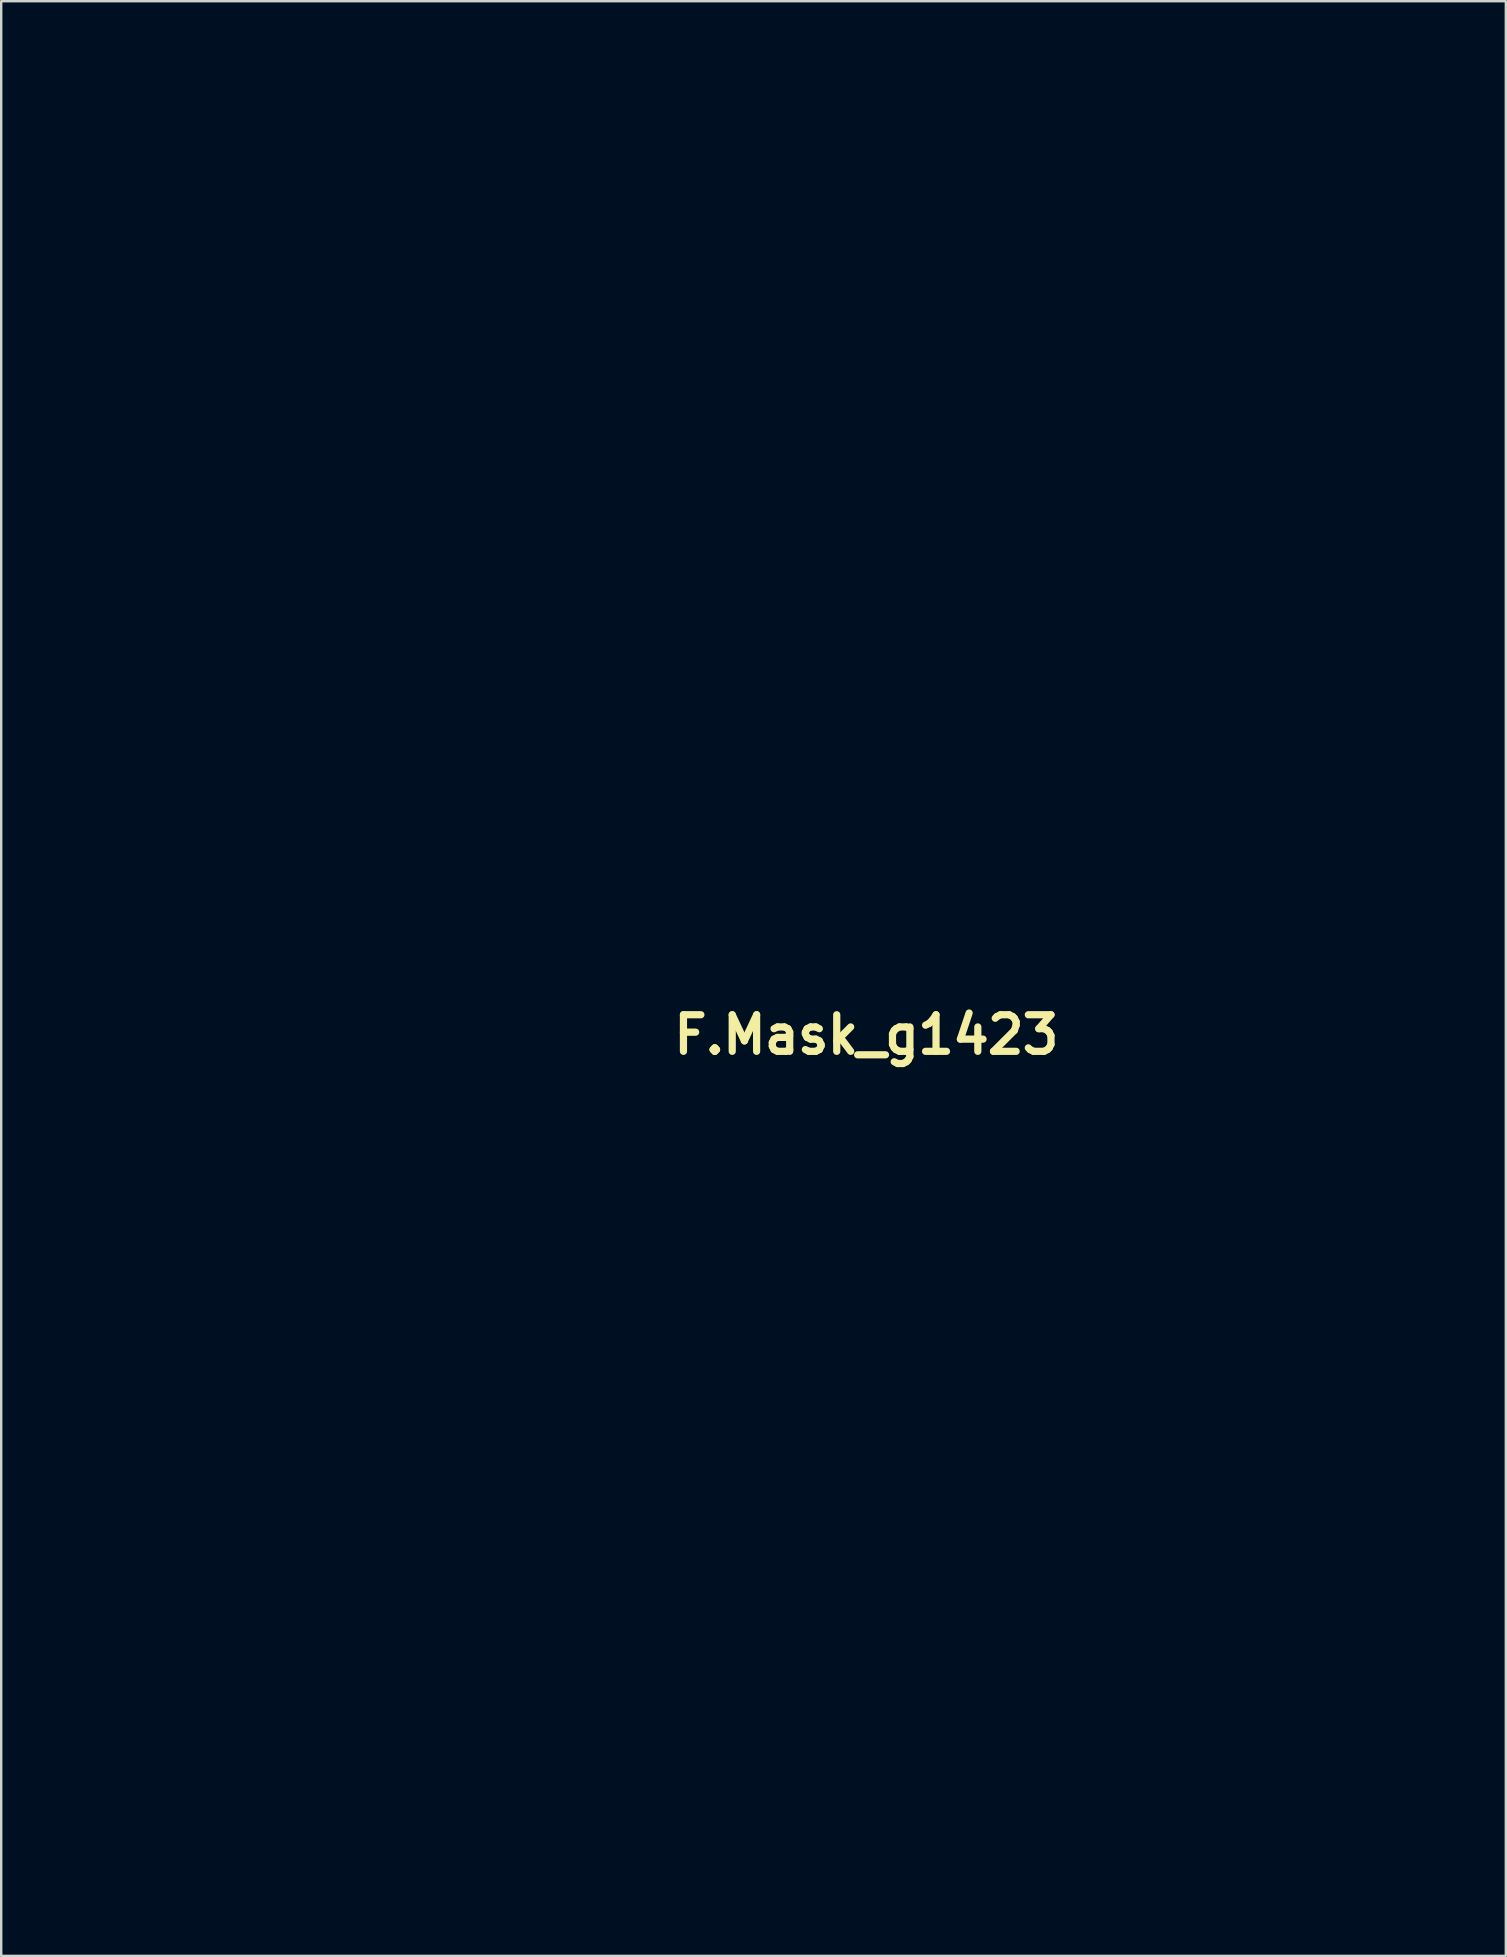
<source format=kicad_pcb>
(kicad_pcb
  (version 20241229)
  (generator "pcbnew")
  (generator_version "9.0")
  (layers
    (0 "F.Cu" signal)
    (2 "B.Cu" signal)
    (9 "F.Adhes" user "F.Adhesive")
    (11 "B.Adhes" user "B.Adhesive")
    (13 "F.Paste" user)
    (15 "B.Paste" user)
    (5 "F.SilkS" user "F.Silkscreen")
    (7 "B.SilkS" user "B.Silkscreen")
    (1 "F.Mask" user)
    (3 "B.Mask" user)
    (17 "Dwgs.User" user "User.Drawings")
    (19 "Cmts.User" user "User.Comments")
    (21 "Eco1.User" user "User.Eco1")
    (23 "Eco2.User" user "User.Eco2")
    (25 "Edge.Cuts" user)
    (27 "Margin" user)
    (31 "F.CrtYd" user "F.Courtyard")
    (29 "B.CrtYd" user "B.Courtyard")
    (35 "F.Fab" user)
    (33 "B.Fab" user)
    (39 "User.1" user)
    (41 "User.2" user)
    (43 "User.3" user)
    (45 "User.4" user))
  (footprint "F.Mask_g1423"
    (layer "F.Cu")
    (at 33.046 40.064)
    (property "Reference" "F.Mask_g1423" (at 0 0 0) (layer "F.SilkS") (effects (font (size 1.524 1.524) (thickness 0.3))))
    (attr through_hole)
    (fp_poly (pts (xy -20.15 -21.694) (xy -19.703 -21.688) (xy -19.275 -21.678) (xy -18.879 -21.665) (xy -18.527 -21.649) (xy -18.232 -21.63) (xy -18.112 -21.619) (xy -17.757 -21.581) (xy -17.47 -21.544) (xy -17.237 -21.503) (xy -17.042 -21.455) (xy -16.869 -21.398) (xy -16.704 -21.326) (xy -16.63 -21.29) (xy -16.36 -21.118) (xy -16.122 -20.896) (xy -15.931 -20.644) (xy -15.802 -20.377) (xy -15.764 -20.241) (xy -15.737 -20.108) (xy -16.007 -20.233) (xy -16.182 -20.309) (xy -16.355 -20.371) (xy -16.54 -20.421) (xy -16.754 -20.463) (xy -17.012 -20.5) (xy -17.328 -20.536) (xy -17.579 -20.56) (xy -17.944 -20.587) (xy -18.366 -20.609) (xy -18.831 -20.625) (xy -19.323 -20.635) (xy -19.826 -20.638) (xy -20.326 -20.636) (xy -20.806 -20.628) (xy -21.253 -20.614) (xy -21.65 -20.594) (xy -21.981 -20.569) (xy -22.056 -20.561) (xy -23.068 -20.424) (xy -24.016 -20.245) (xy -24.908 -20.021) (xy -25.755 -19.749) (xy -26.566 -19.425) (xy -27.353 -19.045) (xy -28.124 -18.608) (xy -28.258 -18.525) (xy -28.64 -18.279) (xy -28.957 -18.055) (xy -29.219 -17.842) (xy -29.438 -17.629) (xy -29.625 -17.404) (xy -29.793 -17.155) (xy -29.951 -16.871) (xy -30.016 -16.743) (xy -30.073 -16.629) (xy -30.124 -16.528) (xy -30.169 -16.435) (xy -30.209 -16.345) (xy -30.245 -16.252) (xy -30.275 -16.152) (xy -30.301 -16.04) (xy -30.323 -15.91) (xy -30.341 -15.758) (xy -30.356 -15.579) (xy -30.368 -15.367) (xy -30.377 -15.118) (xy -30.383 -14.827) (xy -30.388 -14.489) (xy -30.39 -14.098) (xy -30.391 -13.65) (xy -30.391 -13.139) (xy -30.389 -12.561) (xy -30.387 -11.911) (xy -30.385 -11.184) (xy -30.384 -10.813) (xy -30.37 -5.99) (xy -30.254 -5.503) (xy -30.121 -5.002) (xy -29.958 -4.49) (xy -29.776 -3.999) (xy -29.59 -3.567) (xy -29.51 -3.395) (xy -29.447 -3.255) (xy -29.408 -3.163) (xy -29.399 -3.133) (xy -29.432 -3.161) (xy -29.503 -3.234) (xy -29.559 -3.295) (xy -29.811 -3.614) (xy -30.061 -4.003) (xy -30.302 -4.449) (xy -30.528 -4.936) (xy -30.733 -5.451) (xy -30.913 -5.98) (xy -31.059 -6.509) (xy -31.168 -7.023) (xy -31.198 -7.218) (xy -31.207 -7.309) (xy -31.214 -7.458) (xy -31.22 -7.667) (xy -31.225 -7.94) (xy -31.23 -8.278) (xy -31.233 -8.684) (xy -31.235 -9.16) (xy -31.236 -9.711) (xy -31.237 -10.336) (xy -31.236 -11.041) (xy -31.234 -11.826) (xy -31.234 -12.192) (xy -31.221 -16.828) (xy -31.071 -17.251) (xy -30.916 -17.641) (xy -30.741 -17.988) (xy -30.535 -18.304) (xy -30.291 -18.598) (xy -29.997 -18.88) (xy -29.647 -19.161) (xy -29.229 -19.451) (xy -28.953 -19.627) (xy -28.254 -20.034) (xy -27.545 -20.392) (xy -26.816 -20.702) (xy -26.057 -20.968) (xy -25.258 -21.195) (xy -24.407 -21.384) (xy -23.495 -21.539) (xy -22.712 -21.642) (xy -22.496 -21.66) (xy -22.209 -21.675) (xy -21.863 -21.686) (xy -21.471 -21.693) (xy -21.047 -21.697) (xy -20.602 -21.697) (xy -20.15 -21.694)) (stroke (width 0.01) (type solid)) (fill yes) (layer "F.Mask"))
    (fp_poly (pts (xy -28.497 12.549) (xy -28.266 12.604) (xy -27.988 12.709) (xy -27.67 12.862) (xy -27.321 13.057) (xy -26.948 13.291) (xy -26.557 13.561) (xy -26.247 13.793) (xy -25.756 14.188) (xy -25.231 14.641) (xy -24.684 15.141) (xy -24.126 15.675) (xy -23.571 16.231) (xy -23.029 16.798) (xy -22.514 17.362) (xy -22.037 17.912) (xy -21.711 18.309) (xy -21.356 18.769) (xy -21.045 19.203) (xy -20.781 19.606) (xy -20.567 19.974) (xy -20.406 20.301) (xy -20.298 20.584) (xy -20.249 20.817) (xy -20.253 20.97) (xy -20.271 21.017) (xy -20.316 21.085) (xy -20.392 21.179) (xy -20.503 21.305) (xy -20.655 21.467) (xy -20.851 21.671) (xy -21.097 21.921) (xy -21.398 22.223) (xy -21.539 22.364) (xy -21.847 22.671) (xy -22.101 22.924) (xy -22.308 23.127) (xy -22.473 23.287) (xy -22.602 23.408) (xy -22.702 23.495) (xy -22.778 23.555) (xy -22.837 23.592) (xy -22.885 23.612) (xy -22.927 23.62) (xy -22.967 23.621) (xy -23.096 23.606) (xy -23.264 23.568) (xy -23.417 23.521) (xy -23.765 23.373) (xy -24.159 23.159) (xy -24.594 22.883) (xy -25.067 22.548) (xy -25.572 22.157) (xy -26.107 21.713) (xy -26.667 21.219) (xy -27.248 20.679) (xy -27.596 20.342) (xy -28.241 19.695) (xy -28.82 19.083) (xy -29.34 18.498) (xy -29.808 17.931) (xy -30.232 17.376) (xy -30.605 16.841) (xy -30.868 16.428) (xy -31.069 16.067) (xy -31.21 15.753) (xy -31.294 15.484) (xy -31.308 15.395) (xy -31.095 15.395) (xy -31.066 15.54) (xy -30.996 15.733) (xy -30.883 15.986) (xy -30.878 15.997) (xy -30.661 16.406) (xy -30.38 16.854) (xy -30.043 17.335) (xy -29.656 17.841) (xy -29.227 18.365) (xy -28.761 18.9) (xy -28.266 19.438) (xy -27.749 19.972) (xy -27.217 20.495) (xy -26.677 21) (xy -26.134 21.479) (xy -25.598 21.925) (xy -25.073 22.331) (xy -24.568 22.69) (xy -24.469 22.756) (xy -24.042 23.025) (xy -23.673 23.232) (xy -23.362 23.378) (xy -23.108 23.462) (xy -22.911 23.484) (xy -22.902 23.484) (xy -22.8 23.467) (xy -22.755 23.422) (xy -22.74 23.351) (xy -22.753 23.172) (xy -22.824 22.94) (xy -22.948 22.661) (xy -23.122 22.34) (xy -23.342 21.983) (xy -23.603 21.594) (xy -23.903 21.179) (xy -24.237 20.744) (xy -24.6 20.294) (xy -24.99 19.834) (xy -25.402 19.37) (xy -25.832 18.907) (xy -26.276 18.451) (xy -26.485 18.244) (xy -26.973 17.779) (xy -27.461 17.337) (xy -27.945 16.924) (xy -28.417 16.542) (xy -28.873 16.197) (xy -29.305 15.894) (xy -29.708 15.635) (xy -30.076 15.426) (xy -30.402 15.271) (xy -30.682 15.175) (xy -30.758 15.157) (xy -30.887 15.137) (xy -30.964 15.142) (xy -31.019 15.18) (xy -31.042 15.205) (xy -31.087 15.287) (xy -31.095 15.395) (xy -31.308 15.395) (xy -31.318 15.332) (xy -31.338 15.106) (xy -30.074 13.84) (xy -29.749 13.515) (xy -29.477 13.246) (xy -29.254 13.029) (xy -29.075 12.859) (xy -28.934 12.731) (xy -28.827 12.64) (xy -28.748 12.583) (xy -28.693 12.553) (xy -28.675 12.548) (xy -28.497 12.549)) (stroke (width 0.01) (type solid)) (fill yes) (layer "F.Mask"))
    (fp_poly (pts (xy 0.983 -21.694) (xy 1.409 -21.691) (xy 1.777 -21.684) (xy 2.102 -21.673) (xy 2.396 -21.657) (xy 2.675 -21.634) (xy 2.952 -21.605) (xy 3.24 -21.567) (xy 3.552 -21.521) (xy 3.804 -21.482) (xy 4.769 -21.299) (xy 5.677 -21.067) (xy 6.541 -20.781) (xy 7.377 -20.434) (xy 8.198 -20.021) (xy 9.02 -19.536) (xy 9.367 -19.311) (xy 9.805 -18.994) (xy 10.169 -18.671) (xy 10.469 -18.328) (xy 10.714 -17.955) (xy 10.915 -17.538) (xy 11.012 -17.281) (xy 11.155 -16.87) (xy 11.155 -7.176) (xy 11.036 -6.675) (xy 10.882 -6.106) (xy 10.696 -5.541) (xy 10.485 -4.995) (xy 10.255 -4.489) (xy 10.013 -4.038) (xy 9.871 -3.81) (xy 9.767 -3.66) (xy 9.654 -3.508) (xy 9.542 -3.367) (xy 9.442 -3.248) (xy 9.364 -3.167) (xy 9.321 -3.135) (xy 9.315 -3.141) (xy 9.334 -3.193) (xy 9.382 -3.286) (xy 9.397 -3.312) (xy 9.483 -3.477) (xy 9.585 -3.703) (xy 9.695 -3.97) (xy 9.806 -4.259) (xy 9.909 -4.548) (xy 9.996 -4.818) (xy 10.018 -4.889) (xy 10.064 -5.051) (xy 10.106 -5.197) (xy 10.143 -5.333) (xy 10.176 -5.465) (xy 10.205 -5.598) (xy 10.23 -5.737) (xy 10.251 -5.888) (xy 10.269 -6.056) (xy 10.284 -6.246) (xy 10.297 -6.465) (xy 10.306 -6.717) (xy 10.314 -7.007) (xy 10.32 -7.341) (xy 10.324 -7.725) (xy 10.327 -8.164) (xy 10.328 -8.662) (xy 10.329 -9.227) (xy 10.329 -9.862) (xy 10.329 -10.573) (xy 10.329 -11.004) (xy 10.329 -11.755) (xy 10.33 -12.426) (xy 10.33 -13.023) (xy 10.329 -13.55) (xy 10.327 -14.014) (xy 10.324 -14.418) (xy 10.319 -14.768) (xy 10.313 -15.069) (xy 10.303 -15.327) (xy 10.292 -15.546) (xy 10.277 -15.731) (xy 10.259 -15.888) (xy 10.237 -16.022) (xy 10.212 -16.138) (xy 10.182 -16.24) (xy 10.147 -16.335) (xy 10.107 -16.426) (xy 10.062 -16.52) (xy 10.011 -16.621) (xy 9.954 -16.735) (xy 9.95 -16.743) (xy 9.682 -17.218) (xy 9.383 -17.616) (xy 9.055 -17.934) (xy 8.994 -17.982) (xy 8.595 -18.265) (xy 8.135 -18.557) (xy 7.632 -18.848) (xy 7.108 -19.126) (xy 6.581 -19.382) (xy 6.074 -19.604) (xy 5.701 -19.747) (xy 4.871 -20.012) (xy 3.974 -20.237) (xy 3.019 -20.42) (xy 2.014 -20.558) (xy 1.99 -20.561) (xy 1.677 -20.588) (xy 1.296 -20.61) (xy 0.861 -20.625) (xy 0.387 -20.635) (xy -0.11 -20.638) (xy -0.615 -20.636) (xy -1.113 -20.628) (xy -1.589 -20.614) (xy -2.026 -20.593) (xy -2.411 -20.567) (xy -2.498 -20.56) (xy -2.87 -20.523) (xy -3.173 -20.487) (xy -3.419 -20.448) (xy -3.624 -20.402) (xy -3.801 -20.349) (xy -3.964 -20.283) (xy -4.077 -20.229) (xy -4.33 -20.101) (xy -4.302 -20.241) (xy -4.203 -20.533) (xy -4.03 -20.809) (xy -3.794 -21.055) (xy -3.626 -21.182) (xy -3.451 -21.284) (xy -3.253 -21.374) (xy -3.024 -21.45) (xy -2.76 -21.514) (xy -2.454 -21.568) (xy -2.099 -21.61) (xy -1.69 -21.644) (xy -1.221 -21.668) (xy -0.684 -21.684) (xy -0.074 -21.693) (xy 0.487 -21.695) (xy 0.983 -21.694)) (stroke (width 0.01) (type solid)) (fill yes) (layer "F.Mask"))
    (fp_poly (pts (xy -9.816 25.113) (xy -9.319 25.12) (xy -8.831 25.129) (xy -8.365 25.142) (xy -7.936 25.158) (xy -7.559 25.177) (xy -7.248 25.199) (xy -7.176 25.206) (xy -6.404 25.288) (xy -5.701 25.382) (xy -5.07 25.486) (xy -4.513 25.6) (xy -4.031 25.724) (xy -3.626 25.858) (xy -3.301 26) (xy -3.056 26.15) (xy -2.926 26.268) (xy -2.794 26.419) (xy -2.794 28.545) (xy -2.794 29.042) (xy -2.794 29.462) (xy -2.796 29.811) (xy -2.8 30.097) (xy -2.807 30.328) (xy -2.82 30.51) (xy -2.838 30.651) (xy -2.863 30.758) (xy -2.897 30.838) (xy -2.939 30.898) (xy -2.992 30.946) (xy -3.056 30.988) (xy -3.133 31.033) (xy -3.18 31.061) (xy -3.475 31.208) (xy -3.849 31.346) (xy -4.293 31.473) (xy -4.802 31.589) (xy -5.369 31.694) (xy -5.987 31.786) (xy -6.65 31.865) (xy -7.351 31.929) (xy -8.084 31.979) (xy -8.842 32.013) (xy -9.618 32.032) (xy -10.407 32.033) (xy -11.2 32.016) (xy -11.581 32.002) (xy -12.298 31.962) (xy -12.988 31.908) (xy -13.646 31.84) (xy -14.265 31.759) (xy -14.84 31.667) (xy -15.367 31.565) (xy -15.839 31.453) (xy -16.251 31.333) (xy -16.599 31.207) (xy -16.876 31.074) (xy -17.077 30.936) (xy -17.165 30.846) (xy -17.272 30.705) (xy -17.272 30.562) (xy -17.053 30.562) (xy -17.027 30.681) (xy -16.923 30.8) (xy -16.719 30.936) (xy -16.435 31.065) (xy -16.078 31.188) (xy -15.651 31.304) (xy -15.161 31.411) (xy -14.613 31.509) (xy -14.011 31.597) (xy -13.362 31.673) (xy -12.67 31.737) (xy -11.941 31.787) (xy -11.578 31.807) (xy -11.32 31.816) (xy -10.996 31.822) (xy -10.624 31.825) (xy -10.221 31.826) (xy -9.806 31.825) (xy -9.397 31.82) (xy -9.013 31.814) (xy -8.671 31.805) (xy -8.39 31.794) (xy -8.34 31.792) (xy -7.593 31.742) (xy -6.879 31.677) (xy -6.205 31.597) (xy -5.576 31.505) (xy -4.998 31.401) (xy -4.478 31.286) (xy -4.022 31.162) (xy -3.635 31.029) (xy -3.324 30.888) (xy -3.201 30.817) (xy -3.065 30.708) (xy -3.008 30.6) (xy -3.031 30.492) (xy -3.136 30.379) (xy -3.323 30.258) (xy -3.408 30.214) (xy -3.775 30.059) (xy -4.218 29.918) (xy -4.729 29.793) (xy -5.299 29.683) (xy -5.923 29.588) (xy -6.59 29.508) (xy -7.295 29.444) (xy -8.028 29.396) (xy -8.783 29.363) (xy -9.551 29.346) (xy -10.325 29.344) (xy -11.097 29.359) (xy -11.859 29.389) (xy -12.603 29.436) (xy -13.323 29.498) (xy -14.009 29.577) (xy -14.654 29.672) (xy -15.251 29.783) (xy -15.792 29.911) (xy -16.268 30.055) (xy -16.34 30.08) (xy -16.643 30.203) (xy -16.862 30.324) (xy -16.999 30.443) (xy -17.053 30.562) (xy -17.272 30.562) (xy -17.272 26.401) (xy -17.087 26.225) (xy -16.88 26.07) (xy -16.592 25.923) (xy -16.227 25.785) (xy -15.788 25.657) (xy -15.279 25.54) (xy -14.704 25.433) (xy -14.066 25.339) (xy -13.369 25.258) (xy -12.616 25.19) (xy -11.917 25.142) (xy -11.596 25.128) (xy -11.211 25.118) (xy -10.776 25.112) (xy -10.307 25.111) (xy -9.816 25.113)) (stroke (width 0.01) (type solid)) (fill yes) (layer "F.Mask"))
    (fp_poly (pts (xy -18.385 -24.043) (xy -16.946 -23.943) (xy -16.87 -23.936) (xy -16.376 -23.882) (xy -15.955 -23.816) (xy -15.596 -23.732) (xy -15.288 -23.628) (xy -15.018 -23.498) (xy -14.776 -23.34) (xy -14.551 -23.149) (xy -14.496 -23.095) (xy -14.319 -22.903) (xy -14.174 -22.713) (xy -14.084 -22.564) (xy -14.038 -22.465) (xy -13.997 -22.375) (xy -13.963 -22.285) (xy -13.934 -22.189) (xy -13.911 -22.08) (xy -13.891 -21.951) (xy -13.876 -21.796) (xy -13.865 -21.607) (xy -13.856 -21.377) (xy -13.85 -21.1) (xy -13.846 -20.77) (xy -13.844 -20.378) (xy -13.844 -19.918) (xy -13.843 -19.384) (xy -13.843 -19.115) (xy -13.844 -18.449) (xy -13.847 -17.86) (xy -13.852 -17.34) (xy -13.861 -16.881) (xy -13.873 -16.475) (xy -13.889 -16.114) (xy -13.91 -15.791) (xy -13.937 -15.497) (xy -13.97 -15.225) (xy -14.009 -14.967) (xy -14.055 -14.715) (xy -14.109 -14.461) (xy -14.172 -14.197) (xy -14.227 -13.981) (xy -14.27 -13.816) (xy -14.312 -13.666) (xy -14.356 -13.525) (xy -14.405 -13.387) (xy -14.464 -13.247) (xy -14.535 -13.1) (xy -14.622 -12.94) (xy -14.728 -12.761) (xy -14.856 -12.558) (xy -15.01 -12.326) (xy -15.194 -12.058) (xy -15.41 -11.75) (xy -15.662 -11.397) (xy -15.954 -10.991) (xy -16.289 -10.528) (xy -16.67 -10.003) (xy -16.694 -9.97) (xy -17.365 -9.049) (xy -18.016 -8.168) (xy -18.644 -7.328) (xy -19.247 -6.531) (xy -19.823 -5.781) (xy -20.372 -5.078) (xy -20.89 -4.426) (xy -21.375 -3.827) (xy -21.827 -3.284) (xy -22.242 -2.798) (xy -22.62 -2.373) (xy -22.957 -2.01) (xy -23.253 -1.712) (xy -23.504 -1.481) (xy -23.601 -1.401) (xy -23.784 -1.266) (xy -24.024 -1.103) (xy -24.302 -0.923) (xy -24.601 -0.738) (xy -24.901 -0.559) (xy -25.185 -0.397) (xy -25.434 -0.264) (xy -25.548 -0.207) (xy -25.836 -0.08) (xy -26.12 0.023) (xy -26.415 0.105) (xy -26.735 0.168) (xy -27.093 0.215) (xy -27.502 0.248) (xy -27.977 0.27) (xy -28.173 0.275) (xy -28.501 0.282) (xy -28.759 0.281) (xy -28.96 0.273) (xy -29.118 0.258) (xy -29.239 0.236) (xy -29.664 0.098) (xy -30.072 -0.118) (xy -30.464 -0.413) (xy -30.841 -0.787) (xy -31.203 -1.242) (xy -31.552 -1.779) (xy -31.859 -2.338) (xy -32.253 -3.197) (xy -32.582 -4.095) (xy -32.849 -5.042) (xy -32.921 -5.355) (xy -33.041 -5.905) (xy -33.041 -14.701) (xy -31.746 -14.701) (xy -31.746 -14.171) (xy -31.745 -13.573) (xy -31.743 -12.901) (xy -31.742 -12.152) (xy -31.741 -11.832) (xy -31.729 -6.752) (xy -31.629 -6.308) (xy -31.423 -5.512) (xy -31.171 -4.752) (xy -30.878 -4.039) (xy -30.547 -3.386) (xy -30.282 -2.947) (xy -30.17 -2.794) (xy -30.017 -2.608) (xy -29.845 -2.414) (xy -29.698 -2.26) (xy -29.499 -2.069) (xy -29.332 -1.927) (xy -29.176 -1.82) (xy -29.01 -1.729) (xy -28.996 -1.723) (xy -28.819 -1.642) (xy -28.655 -1.58) (xy -28.491 -1.536) (xy -28.312 -1.508) (xy -28.105 -1.494) (xy -27.856 -1.493) (xy -27.551 -1.503) (xy -27.178 -1.523) (xy -26.769 -1.552) (xy -26.416 -1.593) (xy -26.102 -1.65) (xy -25.808 -1.729) (xy -25.517 -1.837) (xy -25.212 -1.977) (xy -24.873 -2.158) (xy -24.49 -2.38) (xy -24.247 -2.525) (xy -24.054 -2.644) (xy -23.896 -2.75) (xy -23.755 -2.857) (xy -23.616 -2.976) (xy -23.461 -3.121) (xy -23.273 -3.306) (xy -23.132 -3.446) (xy -22.8 -3.792) (xy -22.425 -4.206) (xy -22.01 -4.685) (xy -21.557 -5.225) (xy -21.069 -5.824) (xy -20.549 -6.478) (xy -19.999 -7.183) (xy -19.422 -7.937) (xy -18.821 -8.736) (xy -18.198 -9.576) (xy -17.57 -10.435) (xy -17.227 -10.908) (xy -16.931 -11.319) (xy -16.676 -11.674) (xy -16.461 -11.981) (xy -16.279 -12.246) (xy -16.128 -12.475) (xy -16.004 -12.674) (xy -15.903 -12.851) (xy -15.82 -13.011) (xy -15.753 -13.162) (xy -15.696 -13.31) (xy -15.647 -13.46) (xy -15.601 -13.621) (xy -15.558 -13.783) (xy -15.479 -14.106) (xy -15.412 -14.431) (xy -15.355 -14.767) (xy -15.309 -15.122) (xy -15.271 -15.506) (xy -15.243 -15.927) (xy -15.222 -16.393) (xy -15.209 -16.913) (xy -15.203 -17.495) (xy -15.203 -18.149) (xy -15.205 -18.563) (xy -15.209 -19.015) (xy -15.213 -19.391) (xy -15.217 -19.699) (xy -15.221 -19.947) (xy -15.227 -20.144) (xy -15.235 -20.299) (xy -15.244 -20.418) (xy -15.256 -20.511) (xy -15.271 -20.587) (xy -15.289 -20.653) (xy -15.31 -20.718) (xy -15.317 -20.736) (xy -15.488 -21.108) (xy -15.716 -21.423) (xy -16.006 -21.683) (xy -16.36 -21.891) (xy -16.769 -22.048) (xy -16.912 -22.083) (xy -17.117 -22.121) (xy -17.359 -22.157) (xy -17.616 -22.189) (xy -17.722 -22.201) (xy -19.074 -22.305) (xy -20.371 -22.347) (xy -21.614 -22.325) (xy -22.805 -22.241) (xy -23.945 -22.092) (xy -25.035 -21.879) (xy -26.078 -21.602) (xy -27.073 -21.261) (xy -28.024 -20.855) (xy -28.931 -20.384) (xy -29.168 -20.246) (xy -29.643 -19.953) (xy -30.047 -19.681) (xy -30.388 -19.42) (xy -30.674 -19.162) (xy -30.915 -18.9) (xy -31.117 -18.623) (xy -31.289 -18.325) (xy -31.441 -17.995) (xy -31.492 -17.865) (xy -31.53 -17.766) (xy -31.565 -17.677) (xy -31.595 -17.593) (xy -31.622 -17.508) (xy -31.646 -17.418) (xy -31.667 -17.318) (xy -31.684 -17.203) (xy -31.699 -17.069) (xy -31.712 -16.91) (xy -31.722 -16.721) (xy -31.73 -16.498) (xy -31.737 -16.236) (xy -31.741 -15.931) (xy -31.744 -15.576) (xy -31.746 -15.168) (xy -31.746 -14.701) (xy -33.041 -14.701) (xy -33.041 -17.928) (xy -32.924 -18.309) (xy -32.802 -18.651) (xy -32.644 -19.02) (xy -32.463 -19.384) (xy -32.276 -19.714) (xy -32.172 -19.873) (xy -31.984 -20.121) (xy -31.763 -20.363) (xy -31.503 -20.604) (xy -31.196 -20.851) (xy -30.833 -21.11) (xy -30.408 -21.387) (xy -29.912 -21.688) (xy -29.871 -21.712) (xy -28.931 -22.223) (xy -27.949 -22.671) (xy -26.925 -23.057) (xy -25.855 -23.381) (xy -24.738 -23.644) (xy -23.573 -23.845) (xy -22.357 -23.985) (xy -21.088 -24.065) (xy -19.764 -24.084) (xy -18.385 -24.043)) (stroke (width 0.01) (type solid)) (fill yes) (layer "F.Mask"))
    (fp_poly (pts (xy 1.195 -24.063) (xy 2.311 -23.999) (xy 2.985 -23.936) (xy 4.157 -23.772) (xy 5.3 -23.543) (xy 6.405 -23.251) (xy 7.466 -22.897) (xy 8.475 -22.483) (xy 9.018 -22.224) (xy 9.419 -22.015) (xy 9.826 -21.788) (xy 10.228 -21.551) (xy 10.614 -21.31) (xy 10.972 -21.073) (xy 11.293 -20.847) (xy 11.564 -20.639) (xy 11.774 -20.456) (xy 11.85 -20.38) (xy 12.213 -19.938) (xy 12.529 -19.444) (xy 12.79 -18.913) (xy 12.987 -18.365) (xy 13.113 -17.818) (xy 13.122 -17.758) (xy 13.129 -17.677) (xy 13.136 -17.543) (xy 13.142 -17.354) (xy 13.147 -17.107) (xy 13.151 -16.799) (xy 13.154 -16.428) (xy 13.157 -15.991) (xy 13.159 -15.486) (xy 13.16 -14.909) (xy 13.16 -14.259) (xy 13.16 -13.532) (xy 13.158 -12.727) (xy 13.157 -11.84) (xy 13.156 -11.684) (xy 13.142 -5.948) (xy 13.009 -5.355) (xy 12.792 -4.505) (xy 12.532 -3.693) (xy 12.233 -2.929) (xy 11.898 -2.223) (xy 11.532 -1.586) (xy 11.45 -1.46) (xy 11.28 -1.226) (xy 11.072 -0.975) (xy 10.842 -0.724) (xy 10.605 -0.489) (xy 10.376 -0.284) (xy 10.172 -0.126) (xy 10.082 -0.069) (xy 9.867 0.049) (xy 9.674 0.137) (xy 9.484 0.199) (xy 9.277 0.239) (xy 9.032 0.264) (xy 8.73 0.276) (xy 8.594 0.278) (xy 8.313 0.28) (xy 8.019 0.276) (xy 7.74 0.269) (xy 7.506 0.258) (xy 7.438 0.254) (xy 6.95 0.205) (xy 6.526 0.136) (xy 6.148 0.042) (xy 5.795 -0.081) (xy 5.455 -0.236) (xy 5.274 -0.336) (xy 5.042 -0.476) (xy 4.776 -0.646) (xy 4.492 -0.836) (xy 4.205 -1.032) (xy 3.932 -1.226) (xy 3.689 -1.405) (xy 3.493 -1.559) (xy 3.402 -1.637) (xy 3.151 -1.874) (xy 2.857 -2.177) (xy 2.522 -2.542) (xy 2.149 -2.965) (xy 1.743 -3.441) (xy 1.305 -3.967) (xy 0.841 -4.538) (xy 0.353 -5.151) (xy -0.155 -5.801) (xy -0.512 -6.265) (xy -0.873 -6.74) (xy -1.248 -7.237) (xy -1.632 -7.75) (xy -2.02 -8.273) (xy -2.408 -8.8) (xy -2.792 -9.325) (xy -3.166 -9.84) (xy -3.526 -10.34) (xy -3.868 -10.817) (xy -4.186 -11.266) (xy -4.477 -11.681) (xy -4.735 -12.054) (xy -4.957 -12.38) (xy -5.136 -12.652) (xy -5.27 -12.864) (xy -5.28 -12.881) (xy -5.434 -13.186) (xy -5.577 -13.57) (xy -5.708 -14.026) (xy -5.825 -14.55) (xy -5.927 -15.135) (xy -6.001 -15.68) (xy -6.016 -15.848) (xy -6.029 -16.085) (xy -6.041 -16.381) (xy -6.052 -16.728) (xy -6.061 -17.117) (xy -6.068 -17.54) (xy -6.074 -17.988) (xy -6.074 -18.067) (xy -4.785 -18.067) (xy -4.785 -17.646) (xy -4.783 -17.231) (xy -4.779 -16.832) (xy -4.774 -16.459) (xy -4.766 -16.123) (xy -4.756 -15.834) (xy -4.745 -15.602) (xy -4.74 -15.536) (xy -4.675 -14.865) (xy -4.588 -14.271) (xy -4.479 -13.753) (xy -4.346 -13.307) (xy -4.19 -12.933) (xy -4.108 -12.785) (xy -3.978 -12.576) (xy -3.805 -12.312) (xy -3.591 -11.998) (xy -3.343 -11.64) (xy -3.063 -11.244) (xy -2.756 -10.816) (xy -2.426 -10.36) (xy -2.078 -9.884) (xy -1.715 -9.392) (xy -1.342 -8.89) (xy -0.962 -8.385) (xy -0.581 -7.881) (xy -0.201 -7.384) (xy 0.171 -6.901) (xy 0.534 -6.436) (xy 0.881 -5.995) (xy 1.038 -5.8) (xy 1.478 -5.254) (xy 1.874 -4.771) (xy 2.231 -4.348) (xy 2.552 -3.977) (xy 2.844 -3.655) (xy 3.111 -3.376) (xy 3.358 -3.136) (xy 3.59 -2.928) (xy 3.811 -2.747) (xy 4.027 -2.589) (xy 4.121 -2.526) (xy 4.53 -2.262) (xy 4.888 -2.046) (xy 5.209 -1.873) (xy 5.508 -1.738) (xy 5.8 -1.635) (xy 6.099 -1.559) (xy 6.421 -1.506) (xy 6.781 -1.471) (xy 7.192 -1.447) (xy 7.281 -1.444) (xy 7.627 -1.432) (xy 7.903 -1.427) (xy 8.123 -1.428) (xy 8.3 -1.439) (xy 8.45 -1.458) (xy 8.586 -1.487) (xy 8.723 -1.527) (xy 8.742 -1.533) (xy 9.103 -1.694) (xy 9.456 -1.936) (xy 9.797 -2.255) (xy 10.125 -2.646) (xy 10.437 -3.107) (xy 10.73 -3.633) (xy 11.001 -4.22) (xy 11.248 -4.864) (xy 11.455 -5.517) (xy 11.501 -5.676) (xy 11.543 -5.819) (xy 11.58 -5.952) (xy 11.612 -6.081) (xy 11.641 -6.21) (xy 11.666 -6.345) (xy 11.687 -6.49) (xy 11.706 -6.651) (xy 11.721 -6.833) (xy 11.733 -7.041) (xy 11.743 -7.28) (xy 11.751 -7.555) (xy 11.757 -7.872) (xy 11.761 -8.236) (xy 11.763 -8.651) (xy 11.764 -9.123) (xy 11.764 -9.656) (xy 11.763 -10.257) (xy 11.761 -10.931) (xy 11.759 -11.681) (xy 11.758 -12.025) (xy 11.746 -17.039) (xy 11.647 -17.357) (xy 11.45 -17.882) (xy 11.2 -18.378) (xy 10.905 -18.825) (xy 10.649 -19.13) (xy 10.46 -19.306) (xy 10.204 -19.506) (xy 9.892 -19.725) (xy 9.535 -19.955) (xy 9.145 -20.191) (xy 8.732 -20.424) (xy 8.308 -20.649) (xy 7.885 -20.86) (xy 7.472 -21.048) (xy 7.244 -21.144) (xy 6.296 -21.488) (xy 5.293 -21.773) (xy 4.241 -21.996) (xy 3.145 -22.158) (xy 2.013 -22.258) (xy 0.848 -22.294) (xy -0.249 -22.271) (xy -0.681 -22.248) (xy -1.115 -22.22) (xy -1.538 -22.188) (xy -1.939 -22.153) (xy -2.307 -22.116) (xy -2.63 -22.078) (xy -2.896 -22.04) (xy -3.093 -22.003) (xy -3.151 -21.99) (xy -3.571 -21.84) (xy -3.935 -21.633) (xy -4.239 -21.373) (xy -4.478 -21.065) (xy -4.649 -20.712) (xy -4.723 -20.453) (xy -4.736 -20.345) (xy -4.748 -20.162) (xy -4.758 -19.915) (xy -4.767 -19.614) (xy -4.774 -19.268) (xy -4.78 -18.889) (xy -4.783 -18.485) (xy -4.785 -18.067) (xy -6.074 -18.067) (xy -6.078 -18.453) (xy -6.08 -18.925) (xy -6.081 -19.396) (xy -6.08 -19.857) (xy -6.077 -20.3) (xy -6.073 -20.716) (xy -6.067 -21.096) (xy -6.059 -21.432) (xy -6.05 -21.714) (xy -6.039 -21.935) (xy -6.025 -22.086) (xy -6.016 -22.14) (xy -5.875 -22.534) (xy -5.664 -22.883) (xy -5.387 -23.184) (xy -5.045 -23.436) (xy -4.643 -23.637) (xy -4.184 -23.783) (xy -3.67 -23.872) (xy -3.655 -23.874) (xy -2.411 -23.987) (xy -1.179 -24.057) (xy 0.027 -24.082) (xy 1.195 -24.063)) (stroke (width 0.01) (type solid)) (fill yes) (layer "F.Mask"))
    (fp_poly (pts (xy -9.425 -1.238) (xy -8.509 -1.159) (xy -7.523 -0.996) (xy -6.563 -0.756) (xy -5.633 -0.44) (xy -4.736 -0.052) (xy -3.878 0.405) (xy -3.06 0.926) (xy -2.286 1.51) (xy -1.562 2.152) (xy -0.889 2.85) (xy -0.273 3.6) (xy 0.284 4.399) (xy 0.778 5.244) (xy 1.205 6.132) (xy 1.561 7.058) (xy 1.823 7.942) (xy 1.927 8.369) (xy 2.01 8.755) (xy 2.073 9.119) (xy 2.118 9.482) (xy 2.149 9.862) (xy 2.168 10.279) (xy 2.176 10.753) (xy 2.177 10.964) (xy 2.175 11.418) (xy 2.166 11.807) (xy 2.15 12.147) (xy 2.124 12.46) (xy 2.085 12.762) (xy 2.033 13.073) (xy 1.965 13.412) (xy 1.898 13.716) (xy 1.636 14.683) (xy 1.298 15.617) (xy 0.888 16.514) (xy 0.409 17.371) (xy -0.134 18.183) (xy -0.74 18.948) (xy -1.403 19.662) (xy -2.12 20.322) (xy -2.888 20.923) (xy -3.704 21.461) (xy -4.564 21.935) (xy -5.464 22.339) (xy -6.4 22.67) (xy -7.07 22.856) (xy -7.964 23.046) (xy -8.831 23.167) (xy -9.693 23.223) (xy -10.571 23.213) (xy -10.861 23.197) (xy -11.866 23.088) (xy -12.849 22.898) (xy -13.805 22.632) (xy -14.732 22.29) (xy -15.624 21.876) (xy -16.478 21.393) (xy -17.29 20.843) (xy -18.056 20.228) (xy -18.773 19.552) (xy -19.435 18.817) (xy -20.04 18.025) (xy -20.583 17.179) (xy -20.958 16.489) (xy -21.367 15.598) (xy -21.697 14.697) (xy -21.954 13.771) (xy -22.143 12.804) (xy -22.147 12.78) (xy -22.187 12.458) (xy -22.217 12.073) (xy -22.238 11.645) (xy -22.249 11.193) (xy -22.249 11.007) (xy -20.299 11.007) (xy -20.291 11.555) (xy -20.267 12.04) (xy -20.224 12.485) (xy -20.157 12.91) (xy -20.064 13.336) (xy -19.941 13.785) (xy -19.828 14.148) (xy -19.504 15.017) (xy -19.108 15.845) (xy -18.643 16.629) (xy -18.113 17.365) (xy -17.523 18.05) (xy -16.874 18.679) (xy -16.173 19.25) (xy -15.421 19.757) (xy -14.624 20.198) (xy -13.784 20.568) (xy -13.314 20.737) (xy -12.82 20.891) (xy -12.343 21.014) (xy -11.859 21.113) (xy -11.344 21.192) (xy -10.775 21.255) (xy -10.626 21.268) (xy -10.453 21.276) (xy -10.218 21.275) (xy -9.941 21.269) (xy -9.642 21.256) (xy -9.343 21.238) (xy -9.065 21.217) (xy -8.83 21.192) (xy -8.804 21.189) (xy -7.89 21.028) (xy -6.999 20.787) (xy -6.136 20.469) (xy -5.305 20.077) (xy -4.512 19.615) (xy -3.761 19.085) (xy -3.057 18.491) (xy -2.405 17.835) (xy -1.81 17.12) (xy -1.434 16.595) (xy -1.153 16.138) (xy -0.877 15.622) (xy -0.618 15.072) (xy -0.385 14.51) (xy -0.189 13.96) (xy -0.039 13.445) (xy -0.023 13.377) (xy 0.138 12.537) (xy 0.228 11.668) (xy 0.248 10.787) (xy 0.198 9.912) (xy 0.078 9.059) (xy 0.019 8.769) (xy -0.208 7.928) (xy -0.513 7.094) (xy -0.892 6.279) (xy -1.337 5.496) (xy -1.843 4.757) (xy -1.99 4.567) (xy -2.158 4.364) (xy -2.369 4.129) (xy -2.605 3.879) (xy -2.848 3.632) (xy -3.082 3.405) (xy -3.289 3.215) (xy -3.387 3.133) (xy -3.47 3.067) (xy -3.508 3.043) (xy -3.497 3.065) (xy -3.434 3.136) (xy -3.318 3.262) (xy -3.223 3.362) (xy -2.678 3.977) (xy -2.208 4.593) (xy -1.802 5.225) (xy -1.483 5.821) (xy -1.131 6.622) (xy -0.86 7.424) (xy -0.668 8.237) (xy -0.551 9.073) (xy -0.508 9.943) (xy -0.508 10.033) (xy -0.53 10.74) (xy -0.597 11.401) (xy -0.713 12.047) (xy -0.782 12.34) (xy -1.038 13.189) (xy -1.368 14.002) (xy -1.768 14.774) (xy -2.232 15.502) (xy -2.757 16.183) (xy -3.339 16.812) (xy -3.974 17.387) (xy -4.657 17.902) (xy -5.385 18.356) (xy -6.152 18.743) (xy -6.956 19.06) (xy -7.792 19.304) (xy -8.655 19.471) (xy -8.799 19.491) (xy -9.173 19.527) (xy -9.6 19.549) (xy -10.053 19.556) (xy -10.503 19.548) (xy -10.922 19.526) (xy -11.248 19.493) (xy -12.121 19.338) (xy -12.967 19.105) (xy -13.78 18.799) (xy -14.558 18.422) (xy -15.295 17.978) (xy -15.988 17.471) (xy -16.633 16.905) (xy -17.225 16.283) (xy -17.725 15.655) (xy -10.957 15.655) (xy -10.951 15.898) (xy -10.879 16.136) (xy -10.738 16.354) (xy -10.691 16.404) (xy -10.469 16.572) (xy -10.219 16.661) (xy -9.952 16.671) (xy -9.678 16.6) (xy -9.626 16.578) (xy -9.399 16.434) (xy -9.239 16.253) (xy -9.14 16.046) (xy -9.101 15.825) (xy -9.116 15.601) (xy -9.183 15.385) (xy -9.298 15.189) (xy -9.457 15.024) (xy -9.657 14.902) (xy -9.895 14.833) (xy -10.167 14.831) (xy -10.168 14.831) (xy -10.42 14.899) (xy -10.63 15.028) (xy -10.792 15.207) (xy -10.903 15.42) (xy -10.957 15.655) (xy -17.725 15.655) (xy -17.761 15.609) (xy -18.237 14.887) (xy -18.647 14.12) (xy -18.989 13.311) (xy -19.09 12.993) (xy -10.958 12.993) (xy -10.893 13.246) (xy -10.756 13.472) (xy -10.551 13.66) (xy -10.435 13.73) (xy -10.275 13.781) (xy -10.072 13.799) (xy -9.859 13.787) (xy -9.672 13.743) (xy -9.615 13.718) (xy -9.392 13.561) (xy -9.23 13.357) (xy -9.134 13.119) (xy -9.105 12.863) (xy -9.148 12.603) (xy -9.267 12.355) (xy -9.277 12.341) (xy -9.456 12.151) (xy -9.69 12.026) (xy -9.847 11.984) (xy -10.13 11.968) (xy -10.39 12.028) (xy -10.615 12.157) (xy -10.794 12.352) (xy -10.857 12.459) (xy -10.948 12.727) (xy -10.958 12.993) (xy -19.09 12.993) (xy -19.257 12.465) (xy -19.288 12.348) (xy -19.44 11.601) (xy -19.532 10.816) (xy -19.559 10.096) (xy -16.677 10.096) (xy -16.623 10.35) (xy -16.496 10.585) (xy -16.405 10.691) (xy -16.182 10.857) (xy -15.93 10.946) (xy -15.652 10.956) (xy -15.435 10.912) (xy -15.297 10.847) (xy -15.149 10.743) (xy -15.091 10.69) (xy -14.929 10.476) (xy -14.84 10.242) (xy -14.821 10.021) (xy -13.81 10.021) (xy -13.795 10.225) (xy -13.755 10.407) (xy -13.721 10.489) (xy -13.624 10.615) (xy -13.482 10.745) (xy -13.325 10.853) (xy -13.224 10.902) (xy -12.942 10.959) (xy -12.65 10.931) (xy -12.604 10.919) (xy -12.415 10.831) (xy -12.235 10.684) (xy -12.091 10.502) (xy -12.063 10.451) (xy -12.005 10.273) (xy -11.988 10.12) (xy -8.096 10.12) (xy -8.039 10.378) (xy -7.919 10.6) (xy -7.745 10.776) (xy -7.526 10.897) (xy -7.273 10.956) (xy -6.995 10.944) (xy -6.889 10.919) (xy -6.7 10.831) (xy -6.52 10.684) (xy -6.376 10.502) (xy -6.348 10.451) (xy -6.29 10.273) (xy -6.266 10.055) (xy -6.272 9.94) (xy -5.242 9.94) (xy -5.236 10.183) (xy -5.164 10.421) (xy -5.023 10.639) (xy -4.976 10.689) (xy -4.755 10.854) (xy -4.504 10.945) (xy -4.238 10.958) (xy -3.971 10.891) (xy -3.938 10.876) (xy -3.761 10.784) (xy -3.639 10.683) (xy -3.543 10.546) (xy -3.487 10.435) (xy -3.403 10.17) (xy -3.396 9.912) (xy -3.458 9.672) (xy -3.58 9.461) (xy -3.756 9.291) (xy -3.976 9.171) (xy -4.234 9.112) (xy -4.453 9.116) (xy -4.705 9.184) (xy -4.915 9.313) (xy -5.077 9.492) (xy -5.188 9.705) (xy -5.242 9.94) (xy -6.272 9.94) (xy -6.277 9.834) (xy -6.324 9.648) (xy -6.333 9.628) (xy -6.477 9.409) (xy -6.664 9.25) (xy -6.88 9.15) (xy -7.112 9.108) (xy -7.347 9.122) (xy -7.571 9.191) (xy -7.771 9.312) (xy -7.934 9.485) (xy -8.047 9.707) (xy -8.08 9.834) (xy -8.096 10.12) (xy -11.988 10.12) (xy -11.981 10.055) (xy -11.992 9.834) (xy -12.039 9.648) (xy -12.048 9.628) (xy -12.192 9.409) (xy -12.379 9.25) (xy -12.595 9.15) (xy -12.827 9.108) (xy -13.062 9.122) (xy -13.286 9.191) (xy -13.486 9.312) (xy -13.649 9.485) (xy -13.762 9.707) (xy -13.795 9.834) (xy -13.81 10.021) (xy -14.821 10.021) (xy -14.819 10) (xy -14.86 9.764) (xy -14.958 9.546) (xy -15.108 9.358) (xy -15.305 9.213) (xy -15.542 9.124) (xy -15.753 9.102) (xy -16.024 9.139) (xy -16.259 9.252) (xy -16.399 9.369) (xy -16.565 9.591) (xy -16.658 9.838) (xy -16.677 10.096) (xy -19.559 10.096) (xy -19.562 10.012) (xy -19.531 9.208) (xy -19.44 8.424) (xy -19.288 7.684) (xy -19.166 7.278) (xy -10.957 7.278) (xy -10.893 7.531) (xy -10.757 7.758) (xy -10.556 7.946) (xy -10.435 8.019) (xy -10.276 8.068) (xy -10.074 8.086) (xy -9.861 8.072) (xy -9.674 8.029) (xy -9.615 8.003) (xy -9.396 7.852) (xy -9.24 7.66) (xy -9.144 7.44) (xy -9.107 7.207) (xy -9.127 6.973) (xy -9.201 6.752) (xy -9.33 6.556) (xy -9.51 6.399) (xy -9.74 6.294) (xy -9.834 6.271) (xy -10.12 6.255) (xy -10.383 6.313) (xy -10.61 6.44) (xy -10.79 6.631) (xy -10.857 6.744) (xy -10.947 7.011) (xy -10.957 7.278) (xy -19.166 7.278) (xy -19.036 6.844) (xy -18.718 6.052) (xy -18.33 5.301) (xy -17.87 4.584) (xy -17.59 4.225) (xy -10.957 4.225) (xy -10.951 4.468) (xy -10.879 4.706) (xy -10.738 4.924) (xy -10.691 4.974) (xy -10.468 5.142) (xy -10.215 5.231) (xy -9.938 5.241) (xy -9.72 5.197) (xy -9.509 5.093) (xy -9.329 4.924) (xy -9.194 4.71) (xy -9.116 4.469) (xy -9.102 4.318) (xy -9.14 4.048) (xy -9.249 3.812) (xy -9.417 3.62) (xy -9.633 3.482) (xy -9.887 3.405) (xy -10.168 3.401) (xy -10.168 3.401) (xy -10.42 3.469) (xy -10.63 3.598) (xy -10.792 3.777) (xy -10.903 3.99) (xy -10.957 4.225) (xy -17.59 4.225) (xy -17.332 3.895) (xy -16.913 3.43) (xy -16.531 3.029) (xy -16.828 3.289) (xy -17.466 3.905) (xy -18.054 4.583) (xy -18.585 5.314) (xy -19.055 6.089) (xy -19.456 6.899) (xy -19.785 7.734) (xy -20.035 8.586) (xy -20.038 8.599) (xy -20.12 8.951) (xy -20.183 9.265) (xy -20.23 9.561) (xy -20.263 9.858) (xy -20.284 10.178) (xy -20.295 10.54) (xy -20.299 10.964) (xy -20.299 11.007) (xy -22.249 11.007) (xy -22.25 10.735) (xy -22.241 10.292) (xy -22.222 9.883) (xy -22.193 9.526) (xy -22.169 9.335) (xy -21.976 8.304) (xy -21.708 7.31) (xy -21.365 6.355) (xy -20.95 5.44) (xy -20.463 4.567) (xy -19.906 3.739) (xy -19.278 2.958) (xy -19.122 2.794) (xy -3.807 2.794) (xy -3.797 2.816) (xy -3.773 2.847) (xy -3.711 2.913) (xy -3.684 2.912) (xy -3.683 2.905) (xy -3.712 2.87) (xy -3.757 2.831) (xy -3.807 2.794) (xy -19.122 2.794) (xy -18.583 2.227) (xy -18.574 2.218) (xy -17.804 1.531) (xy -16.992 0.917) (xy -16.142 0.376) (xy -15.258 -0.089) (xy -14.343 -0.479) (xy -13.401 -0.79) (xy -12.434 -1.023) (xy -11.447 -1.176) (xy -10.443 -1.248) (xy -9.425 -1.238)) (stroke (width 0.01) (type solid)) (fill yes) (layer "F.Mask"))
    (fp_poly (pts (xy -8.604 -40.024) (xy -7.542 -39.95) (xy -6.522 -39.837) (xy -6.181 -39.789) (xy -4.858 -39.553) (xy -3.564 -39.247) (xy -2.3 -38.874) (xy -1.07 -38.436) (xy 0.121 -37.934) (xy 1.271 -37.371) (xy 2.376 -36.75) (xy 3.432 -36.071) (xy 4.435 -35.338) (xy 5.382 -34.552) (xy 6.27 -33.716) (xy 7.095 -32.832) (xy 7.853 -31.901) (xy 8.444 -31.073) (xy 8.804 -30.517) (xy 9.117 -30.001) (xy 9.392 -29.503) (xy 9.642 -29.004) (xy 9.655 -28.978) (xy 10.117 -27.908) (xy 10.496 -26.821) (xy 10.792 -25.717) (xy 11.005 -24.596) (xy 11.135 -23.458) (xy 11.159 -23.097) (xy 11.189 -22.55) (xy 10.876 -22.728) (xy 9.845 -23.267) (xy 8.773 -23.741) (xy 7.656 -24.151) (xy 6.493 -24.496) (xy 5.282 -24.778) (xy 4.023 -24.995) (xy 2.713 -25.15) (xy 1.35 -25.241) (xy -0.067 -25.269) (xy -1.54 -25.235) (xy -1.651 -25.231) (xy -2.044 -25.21) (xy -2.457 -25.184) (xy -2.878 -25.155) (xy -3.293 -25.122) (xy -3.69 -25.087) (xy -4.056 -25.052) (xy -4.377 -25.017) (xy -4.641 -24.984) (xy -4.834 -24.954) (xy -4.847 -24.951) (xy -5.319 -24.826) (xy -5.755 -24.643) (xy -6.148 -24.409) (xy -6.486 -24.129) (xy -6.762 -23.812) (xy -6.937 -23.521) (xy -6.99 -23.414) (xy -7.036 -23.318) (xy -7.075 -23.226) (xy -7.108 -23.132) (xy -7.135 -23.028) (xy -7.158 -22.908) (xy -7.176 -22.765) (xy -7.19 -22.593) (xy -7.201 -22.383) (xy -7.209 -22.131) (xy -7.216 -21.828) (xy -7.22 -21.468) (xy -7.224 -21.045) (xy -7.227 -20.55) (xy -7.23 -19.979) (xy -7.23 -19.939) (xy -7.233 -19.266) (xy -7.234 -18.669) (xy -7.233 -18.142) (xy -7.229 -17.677) (xy -7.223 -17.267) (xy -7.213 -16.903) (xy -7.201 -16.578) (xy -7.185 -16.285) (xy -7.165 -16.016) (xy -7.142 -15.764) (xy -7.114 -15.52) (xy -7.081 -15.277) (xy -7.07 -15.203) (xy -6.98 -14.661) (xy -6.873 -14.143) (xy -6.752 -13.661) (xy -6.621 -13.229) (xy -6.484 -12.86) (xy -6.388 -12.65) (xy -6.312 -12.512) (xy -6.199 -12.326) (xy -6.046 -12.09) (xy -5.852 -11.8) (xy -5.614 -11.453) (xy -5.33 -11.047) (xy -4.998 -10.577) (xy -4.853 -10.372) (xy -4.269 -9.557) (xy -3.68 -8.745) (xy -3.088 -7.94) (xy -2.497 -7.145) (xy -1.91 -6.366) (xy -1.329 -5.604) (xy -0.759 -4.866) (xy -0.202 -4.155) (xy 0.339 -3.474) (xy 0.859 -2.828) (xy 1.357 -2.221) (xy 1.829 -1.656) (xy 2.271 -1.139) (xy 2.681 -0.672) (xy 3.054 -0.26) (xy 3.389 0.093) (xy 3.682 0.383) (xy 3.873 0.559) (xy 4.279 0.866) (xy 4.765 1.149) (xy 5.331 1.409) (xy 5.978 1.645) (xy 6.705 1.856) (xy 7.512 2.044) (xy 7.642 2.071) (xy 8.098 2.159) (xy 8.495 2.226) (xy 8.856 2.276) (xy 9.205 2.311) (xy 9.566 2.333) (xy 9.96 2.344) (xy 10.321 2.347) (xy 11.307 2.349) (xy 11.332 2.451) (xy 11.341 2.603) (xy 11.311 2.824) (xy 11.245 3.106) (xy 11.145 3.443) (xy 11.013 3.829) (xy 10.852 4.259) (xy 10.665 4.726) (xy 10.453 5.224) (xy 10.219 5.746) (xy 9.966 6.287) (xy 9.696 6.84) (xy 9.412 7.4) (xy 9.251 7.706) (xy 9.025 8.126) (xy 8.792 8.552) (xy 8.558 8.969) (xy 8.333 9.362) (xy 8.125 9.716) (xy 7.942 10.019) (xy 7.851 10.164) (xy 7.65 10.477) (xy 8.262 9.885) (xy 8.71 9.461) (xy 9.149 9.066) (xy 9.573 8.705) (xy 9.977 8.379) (xy 10.357 8.094) (xy 10.708 7.851) (xy 11.025 7.655) (xy 11.303 7.508) (xy 11.538 7.414) (xy 11.724 7.377) (xy 11.842 7.392) (xy 11.89 7.42) (xy 12.004 7.491) (xy 12.179 7.601) (xy 12.408 7.746) (xy 12.688 7.925) (xy 13.012 8.132) (xy 13.375 8.365) (xy 13.772 8.621) (xy 14.198 8.895) (xy 14.647 9.185) (xy 15.115 9.486) (xy 15.595 9.796) (xy 16.083 10.112) (xy 16.573 10.429) (xy 17.06 10.744) (xy 17.538 11.054) (xy 18.003 11.356) (xy 18.45 11.646) (xy 18.872 11.92) (xy 19.264 12.176) (xy 19.622 12.409) (xy 19.94 12.617) (xy 20.213 12.796) (xy 20.435 12.942) (xy 20.601 13.053) (xy 20.706 13.124) (xy 20.743 13.151) (xy 20.78 13.232) (xy 20.798 13.373) (xy 20.797 13.552) (xy 20.778 13.746) (xy 20.742 13.932) (xy 20.726 13.989) (xy 20.693 14.111) (xy 20.677 14.194) (xy 20.679 14.216) (xy 20.719 14.203) (xy 20.801 14.151) (xy 20.839 14.123) (xy 20.955 14.044) (xy 21.105 13.954) (xy 21.268 13.866) (xy 21.423 13.789) (xy 21.547 13.735) (xy 21.619 13.716) (xy 21.678 13.739) (xy 21.796 13.802) (xy 21.959 13.898) (xy 22.157 14.019) (xy 22.378 14.157) (xy 22.609 14.306) (xy 22.84 14.457) (xy 23.059 14.602) (xy 23.253 14.735) (xy 23.411 14.848) (xy 23.522 14.932) (xy 23.572 14.98) (xy 23.623 15.122) (xy 23.639 15.334) (xy 23.62 15.609) (xy 23.568 15.94) (xy 23.484 16.319) (xy 23.37 16.742) (xy 23.226 17.199) (xy 23.117 17.514) (xy 22.932 18.013) (xy 22.734 18.513) (xy 22.517 19.026) (xy 22.277 19.566) (xy 22.006 20.144) (xy 21.701 20.774) (xy 21.506 21.167) (xy 20.566 22.957) (xy 19.558 24.712) (xy 18.484 26.426) (xy 17.35 28.092) (xy 16.16 29.702) (xy 14.918 31.251) (xy 14.28 32) (xy 14.064 32.241) (xy 13.811 32.516) (xy 13.53 32.812) (xy 13.232 33.12) (xy 12.929 33.429) (xy 12.629 33.729) (xy 12.344 34.008) (xy 12.084 34.256) (xy 11.86 34.463) (xy 11.684 34.616) (xy 11.463 34.792) (xy 11.238 34.958) (xy 11.024 35.105) (xy 10.835 35.223) (xy 10.687 35.301) (xy 10.626 35.325) (xy 10.518 35.355) (xy 10.454 35.373) (xy 10.402 35.355) (xy 10.29 35.295) (xy 10.128 35.198) (xy 9.925 35.07) (xy 9.809 34.995) (xy 10.343 34.995) (xy 10.351 35.096) (xy 10.37 35.15) (xy 10.397 35.171) (xy 10.452 35.158) (xy 10.553 35.11) (xy 10.616 35.078) (xy 10.875 34.925) (xy 11.178 34.709) (xy 11.52 34.434) (xy 11.895 34.105) (xy 12.3 33.727) (xy 12.729 33.306) (xy 13.176 32.846) (xy 13.636 32.353) (xy 14.106 31.831) (xy 14.578 31.286) (xy 15.049 30.722) (xy 15.086 30.676) (xy 16.07 29.433) (xy 17.024 28.148) (xy 17.944 26.831) (xy 18.824 25.491) (xy 19.657 24.138) (xy 20.439 22.781) (xy 21.163 21.43) (xy 21.823 20.094) (xy 22.413 18.783) (xy 22.543 18.475) (xy 22.752 17.958) (xy 22.945 17.452) (xy 23.117 16.967) (xy 23.267 16.514) (xy 23.39 16.102) (xy 23.483 15.74) (xy 23.545 15.439) (xy 23.564 15.3) (xy 23.576 15.149) (xy 23.571 15.062) (xy 23.547 15.018) (xy 23.521 15.003) (xy 23.407 15.001) (xy 23.242 15.06) (xy 23.033 15.177) (xy 22.783 15.346) (xy 22.497 15.564) (xy 22.178 15.827) (xy 21.833 16.131) (xy 21.464 16.472) (xy 21.077 16.846) (xy 20.676 17.248) (xy 20.264 17.675) (xy 19.848 18.123) (xy 19.431 18.587) (xy 19.017 19.064) (xy 18.803 19.317) (xy 17.883 20.457) (xy 16.987 21.646) (xy 16.12 22.874) (xy 15.286 24.132) (xy 14.492 25.412) (xy 13.742 26.705) (xy 13.041 28.001) (xy 12.396 29.293) (xy 11.81 30.57) (xy 11.289 31.824) (xy 10.895 32.886) (xy 10.767 33.263) (xy 10.652 33.632) (xy 10.551 33.982) (xy 10.467 34.304) (xy 10.403 34.587) (xy 10.361 34.821) (xy 10.343 34.995) (xy 9.809 34.995) (xy 9.692 34.918) (xy 9.48 34.777) (xy 9.183 34.575) (xy 8.949 34.413) (xy 8.77 34.281) (xy 8.641 34.17) (xy 8.553 34.071) (xy 8.501 33.974) (xy 8.477 33.872) (xy 8.475 33.753) (xy 8.487 33.611) (xy 8.502 33.482) (xy 8.525 33.298) (xy 8.549 33.14) (xy 8.569 33.031) (xy 8.578 33.001) (xy 8.568 32.977) (xy 8.499 33.013) (xy 8.403 33.081) (xy 8.102 33.283) (xy 7.823 33.41) (xy 7.684 33.447) (xy 7.658 33.451) (xy 7.631 33.453) (xy 7.599 33.449) (xy 7.558 33.437) (xy 7.505 33.415) (xy 7.435 33.381) (xy 7.344 33.332) (xy 7.23 33.266) (xy 7.087 33.181) (xy 7.072 33.171) (xy 7.54 33.171) (xy 7.552 33.251) (xy 7.574 33.319) (xy 7.61 33.338) (xy 7.687 33.314) (xy 7.731 33.296) (xy 7.862 33.229) (xy 8.007 33.14) (xy 8.052 33.108) (xy 8.262 32.941) (xy 8.439 32.775) (xy 8.572 32.622) (xy 8.648 32.496) (xy 8.658 32.464) (xy 8.691 32.347) (xy 8.752 32.165) (xy 8.835 31.929) (xy 8.936 31.653) (xy 9.05 31.349) (xy 9.173 31.03) (xy 9.3 30.707) (xy 9.426 30.395) (xy 9.546 30.104) (xy 9.56 30.071) (xy 10.358 28.292) (xy 11.235 26.539) (xy 12.19 24.816) (xy 13.218 23.126) (xy 14.319 21.473) (xy 15.49 19.862) (xy 16.729 18.295) (xy 17.522 17.357) (xy 17.774 17.072) (xy 18.065 16.755) (xy 18.383 16.418) (xy 18.715 16.073) (xy 19.048 15.733) (xy 19.371 15.411) (xy 19.671 15.12) (xy 19.935 14.872) (xy 20.072 14.749) (xy 20.522 14.352) (xy 20.615 14.007) (xy 20.663 13.811) (xy 20.704 13.613) (xy 20.73 13.452) (xy 20.732 13.436) (xy 20.737 13.285) (xy 20.708 13.198) (xy 20.637 13.173) (xy 20.515 13.205) (xy 20.345 13.286) (xy 20.166 13.39) (xy 19.971 13.524) (xy 19.751 13.694) (xy 19.503 13.905) (xy 19.219 14.161) (xy 18.894 14.469) (xy 18.522 14.832) (xy 18.307 15.047) (xy 17.353 16.043) (xy 16.402 17.115) (xy 15.462 18.255) (xy 14.538 19.455) (xy 13.635 20.705) (xy 12.759 21.997) (xy 11.917 23.324) (xy 11.114 24.675) (xy 10.356 26.044) (xy 9.648 27.42) (xy 9.33 28.079) (xy 9.036 28.712) (xy 8.763 29.327) (xy 8.513 29.919) (xy 8.286 30.483) (xy 8.086 31.012) (xy 7.914 31.502) (xy 7.772 31.947) (xy 7.662 32.342) (xy 7.585 32.681) (xy 7.544 32.96) (xy 7.54 33.171) (xy 7.072 33.171) (xy 6.913 33.073) (xy 6.702 32.942) (xy 6.453 32.783) (xy 6.159 32.596) (xy 5.819 32.378) (xy 5.428 32.125) (xy 4.981 31.837) (xy 4.476 31.51) (xy 3.909 31.142) (xy 3.275 30.731) (xy 3.133 30.639) (xy 2.579 30.281) (xy 2.045 29.934) (xy 1.534 29.602) (xy 1.051 29.288) (xy 0.6 28.994) (xy 0.185 28.724) (xy -0.189 28.48) (xy -0.517 28.265) (xy -0.795 28.083) (xy -1.02 27.935) (xy -1.186 27.825) (xy -1.289 27.755) (xy -1.324 27.73) (xy -1.391 27.614) (xy -1.424 27.426) (xy -1.425 27.172) (xy -1.394 26.858) (xy -1.334 26.488) (xy -1.246 26.069) (xy -1.13 25.605) (xy -0.989 25.103) (xy -0.824 24.567) (xy -0.636 24.003) (xy -0.426 23.416) (xy -0.197 22.812) (xy 0.051 22.197) (xy 0.199 21.844) (xy 0.701 20.713) (xy 1.223 19.627) (xy 1.772 18.571) (xy 2.358 17.532) (xy 2.987 16.495) (xy 3.668 15.446) (xy 4.411 14.37) (xy 4.666 14.012) (xy 4.955 13.61) (xy 4.797 13.577) (xy 4.653 13.531) (xy 4.546 13.451) (xy 4.458 13.317) (xy 4.407 13.208) (xy 4.362 13.095) (xy 4.321 12.973) (xy 4.283 12.832) (xy 4.246 12.662) (xy 4.209 12.455) (xy 4.169 12.2) (xy 4.124 11.889) (xy 4.074 11.511) (xy 4.023 11.113) (xy 3.924 10.363) (xy 3.825 9.689) (xy 3.723 9.08) (xy 3.616 8.528) (xy 3.501 8.022) (xy 3.376 7.554) (xy 3.239 7.114) (xy 3.088 6.693) (xy 2.919 6.28) (xy 2.731 5.867) (xy 2.647 5.694) (xy 2.185 4.847) (xy 1.647 4.018) (xy 1.041 3.217) (xy 0.376 2.453) (xy -0.341 1.736) (xy -1.102 1.074) (xy -1.875 0.493) (xy -2.801 -0.101) (xy -3.767 -0.62) (xy -4.769 -1.063) (xy -5.802 -1.429) (xy -6.864 -1.717) (xy -7.95 -1.925) (xy -8.859 -2.036) (xy -9.416 -2.07) (xy -10.031 -2.078) (xy -10.678 -2.061) (xy -11.336 -2.021) (xy -11.981 -1.959) (xy -12.59 -1.876) (xy -13.018 -1.8) (xy -14.065 -1.545) (xy -15.087 -1.212) (xy -16.08 -0.802) (xy -17.039 -0.32) (xy -17.959 0.233) (xy -18.836 0.853) (xy -19.665 1.537) (xy -20.442 2.281) (xy -21.162 3.084) (xy -21.822 3.942) (xy -22.008 4.212) (xy -22.359 4.752) (xy -22.657 5.256) (xy -22.911 5.744) (xy -23.132 6.237) (xy -23.331 6.754) (xy -23.41 6.985) (xy -23.534 7.375) (xy -23.647 7.772) (xy -23.75 8.188) (xy -23.846 8.632) (xy -23.937 9.116) (xy -24.025 9.648) (xy -24.112 10.241) (xy -24.2 10.903) (xy -24.237 11.197) (xy -24.304 11.723) (xy -24.369 12.171) (xy -24.431 12.545) (xy -24.495 12.852) (xy -24.561 13.098) (xy -24.632 13.288) (xy -24.709 13.427) (xy -24.795 13.523) (xy -24.891 13.579) (xy -25 13.603) (xy -25.057 13.604) (xy -25.189 13.588) (xy -25.318 13.541) (xy -25.461 13.453) (xy -25.637 13.315) (xy -25.688 13.271) (xy -25.992 12.982) (xy -26.322 12.617) (xy -26.673 12.183) (xy -27.043 11.682) (xy -27.43 11.121) (xy -27.829 10.504) (xy -28.239 9.835) (xy -28.655 9.119) (xy -29.075 8.362) (xy -29.496 7.567) (xy -29.908 6.752) (xy -30.167 6.224) (xy -30.391 5.758) (xy -30.586 5.34) (xy -30.757 4.957) (xy -30.911 4.598) (xy -31.053 4.249) (xy -31.165 3.958) (xy -31.304 3.574) (xy -31.416 3.221) (xy -31.501 2.907) (xy -31.557 2.64) (xy -31.581 2.429) (xy -31.572 2.281) (xy -31.548 2.223) (xy -31.496 2.209) (xy -31.366 2.197) (xy -31.163 2.188) (xy -30.895 2.182) (xy -30.568 2.18) (xy -30.48 2.179) (xy -30.048 2.176) (xy -29.677 2.166) (xy -29.343 2.146) (xy -29.022 2.115) (xy -28.692 2.07) (xy -28.327 2.008) (xy -27.982 1.943) (xy -27.373 1.812) (xy -26.778 1.657) (xy -26.211 1.484) (xy -25.682 1.297) (xy -25.205 1.099) (xy -24.792 0.896) (xy -24.545 0.751) (xy -24.326 0.591) (xy -24.061 0.362) (xy -23.753 0.066) (xy -23.402 -0.295) (xy -23.01 -0.719) (xy -22.579 -1.204) (xy -22.111 -1.749) (xy -21.606 -2.351) (xy -21.067 -3.009) (xy -20.495 -3.721) (xy -19.892 -4.485) (xy -19.259 -5.299) (xy -18.597 -6.161) (xy -17.909 -7.07) (xy -17.365 -7.797) (xy -17.042 -8.231) (xy -16.713 -8.678) (xy -16.381 -9.132) (xy -16.052 -9.586) (xy -15.73 -10.033) (xy -15.419 -10.468) (xy -15.123 -10.885) (xy -14.847 -11.277) (xy -14.595 -11.639) (xy -14.372 -11.963) (xy -14.182 -12.244) (xy -14.029 -12.475) (xy -13.918 -12.651) (xy -13.853 -12.764) (xy -13.706 -13.099) (xy -13.566 -13.507) (xy -13.435 -13.975) (xy -13.317 -14.489) (xy -13.213 -15.037) (xy -13.127 -15.607) (xy -13.061 -16.186) (xy -13.041 -16.423) (xy -13.033 -16.568) (xy -13.025 -16.788) (xy -13.018 -17.074) (xy -13.012 -17.419) (xy -13.007 -17.812) (xy -13.003 -18.245) (xy -12.999 -18.709) (xy -12.997 -19.195) (xy -12.996 -19.694) (xy -12.996 -19.759) (xy -12.996 -20.35) (xy -12.997 -20.864) (xy -12.999 -21.307) (xy -13.003 -21.685) (xy -13.009 -22.005) (xy -13.017 -22.275) (xy -13.029 -22.501) (xy -13.044 -22.689) (xy -13.064 -22.847) (xy -13.088 -22.981) (xy -13.118 -23.098) (xy -13.153 -23.204) (xy -13.194 -23.307) (xy -13.243 -23.414) (xy -13.274 -23.481) (xy -13.495 -23.846) (xy -13.786 -24.171) (xy -14.14 -24.451) (xy -14.55 -24.681) (xy -15.01 -24.857) (xy -15.396 -24.953) (xy -15.577 -24.982) (xy -15.828 -25.014) (xy -16.139 -25.048) (xy -16.495 -25.083) (xy -16.884 -25.117) (xy -17.293 -25.15) (xy -17.708 -25.18) (xy -18.118 -25.206) (xy -18.509 -25.228) (xy -18.563 -25.231) (xy -19.976 -25.269) (xy -21.351 -25.247) (xy -22.684 -25.166) (xy -23.973 -25.027) (xy -25.215 -24.83) (xy -26.408 -24.575) (xy -27.548 -24.263) (xy -28.633 -23.895) (xy -29.66 -23.471) (xy -30.625 -22.991) (xy -30.962 -22.803) (xy -31.129 -22.709) (xy -31.268 -22.635) (xy -31.363 -22.59) (xy -31.399 -22.58) (xy -31.404 -22.629) (xy -31.402 -22.748) (xy -31.393 -22.921) (xy -31.379 -23.135) (xy -31.36 -23.374) (xy -31.338 -23.624) (xy -31.315 -23.87) (xy -31.29 -24.098) (xy -31.266 -24.293) (xy -31.259 -24.342) (xy -31.095 -25.274) (xy -30.869 -26.217) (xy -30.593 -27.14) (xy -30.391 -27.707) (xy -30.274 -27.997) (xy -30.123 -28.339) (xy -29.948 -28.715) (xy -29.758 -29.107) (xy -29.561 -29.497) (xy -29.368 -29.867) (xy -29.186 -30.197) (xy -29.025 -30.471) (xy -28.998 -30.514) (xy -28.304 -31.536) (xy -27.542 -32.509) (xy -26.715 -33.433) (xy -25.827 -34.304) (xy -24.879 -35.121) (xy -23.875 -35.883) (xy -22.817 -36.588) (xy -21.709 -37.233) (xy -20.553 -37.818) (xy -19.353 -38.34) (xy -18.111 -38.797) (xy -16.829 -39.189) (xy -15.512 -39.512) (xy -14.161 -39.766) (xy -13.864 -39.812) (xy -12.884 -39.932) (xy -11.849 -40.013) (xy -10.777 -40.056) (xy -9.689 -40.059) (xy -8.604 -40.024)) (stroke (width 0.01) (type solid)) (fill yes) (layer "F.Mask")))
  (gr_rect
    (start -3 -3)
    (end 59.69 78.442)
    (stroke (width 0.1) (type default))
    (fill no)
    (layer "Edge.Cuts")))
</source>
